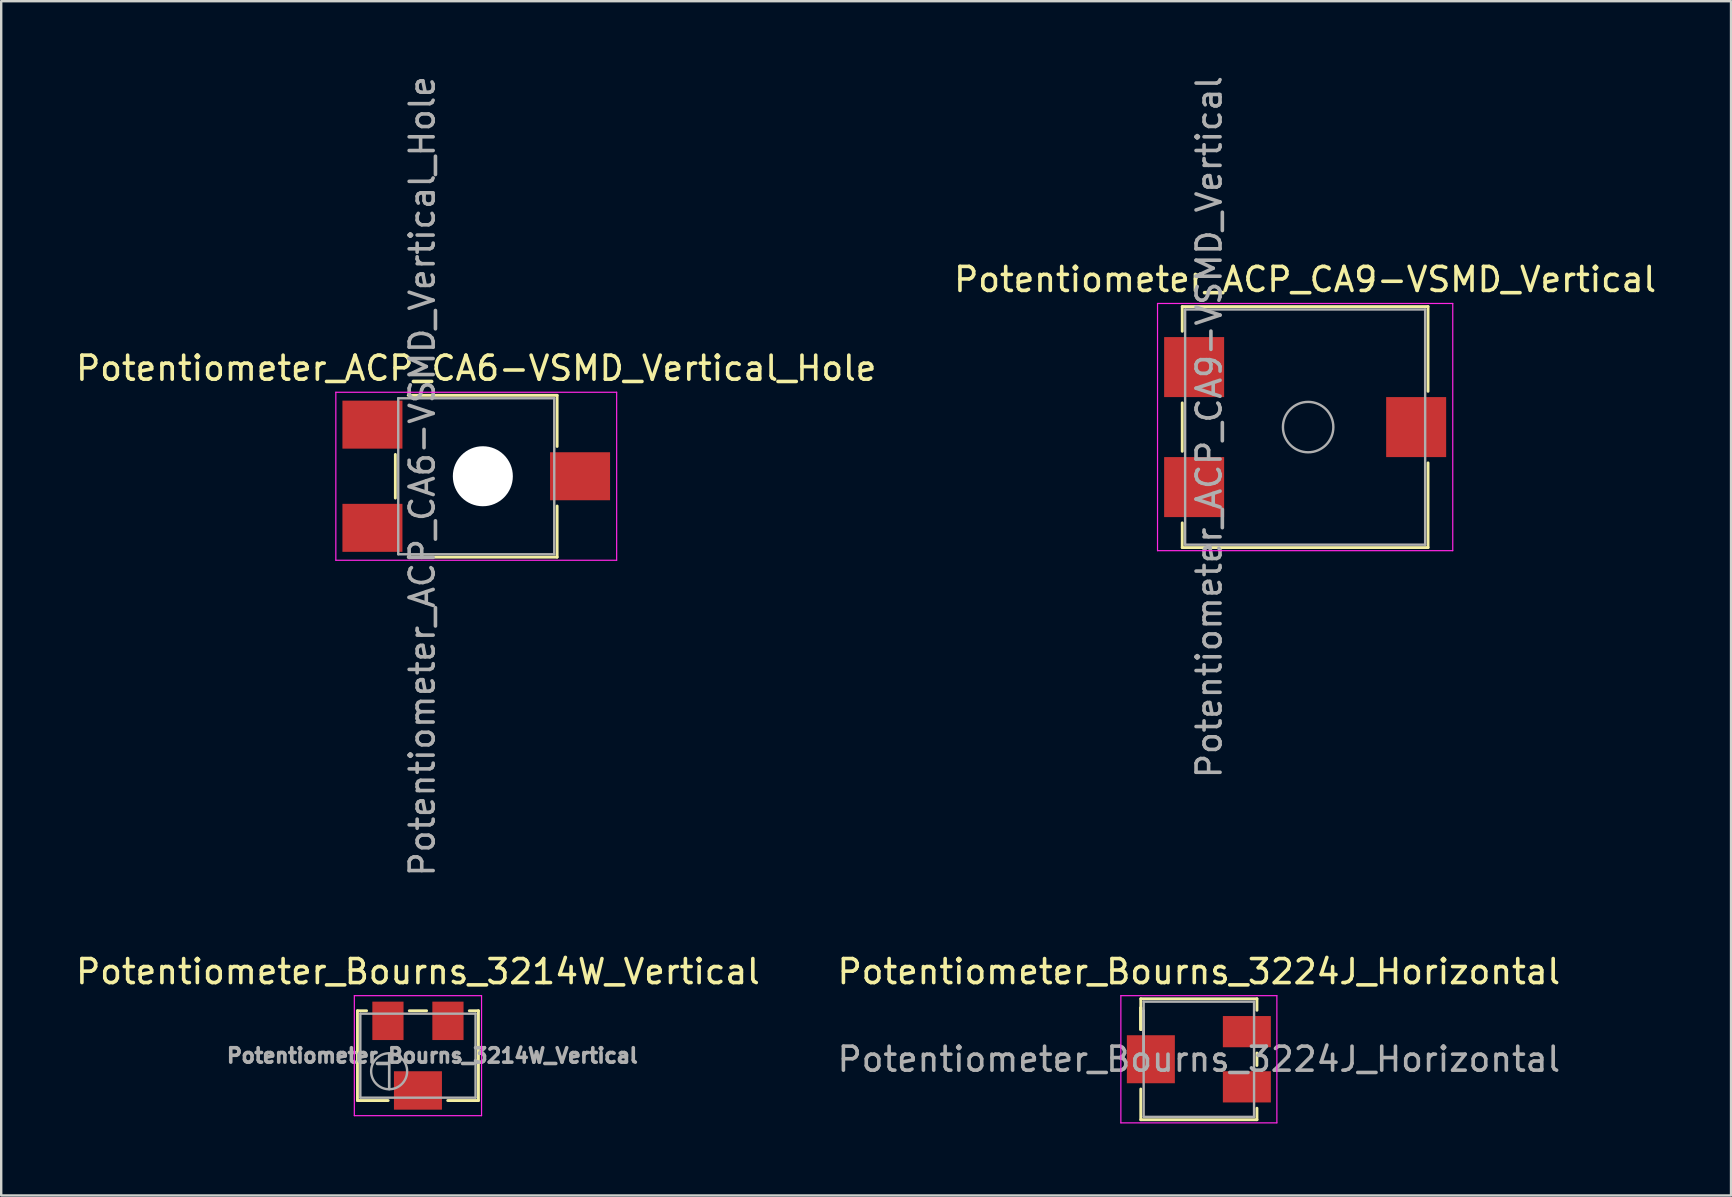
<source format=kicad_pcb>
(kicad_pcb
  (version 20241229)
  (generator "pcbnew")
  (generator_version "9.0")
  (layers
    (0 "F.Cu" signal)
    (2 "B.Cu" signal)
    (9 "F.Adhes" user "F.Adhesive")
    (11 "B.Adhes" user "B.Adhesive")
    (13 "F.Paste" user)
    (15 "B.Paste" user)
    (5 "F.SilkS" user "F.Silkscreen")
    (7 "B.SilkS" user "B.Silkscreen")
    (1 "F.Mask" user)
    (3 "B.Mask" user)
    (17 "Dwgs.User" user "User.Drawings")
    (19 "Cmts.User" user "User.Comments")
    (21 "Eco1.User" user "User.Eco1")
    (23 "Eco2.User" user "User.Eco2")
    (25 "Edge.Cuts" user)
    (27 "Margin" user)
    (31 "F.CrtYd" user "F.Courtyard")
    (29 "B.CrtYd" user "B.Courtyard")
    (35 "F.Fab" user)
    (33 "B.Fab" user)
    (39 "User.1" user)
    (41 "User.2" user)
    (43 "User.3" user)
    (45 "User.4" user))
  (footprint "Potentiometer_ACP_CA6-VSMD_Vertical_Hole"
    (layer "F.Cu")
    (at 16.792 16.792)
    (property "Reference" "Potentiometer_ACP_CA6-VSMD_Vertical_Hole" (at 0 -4.5 0) (layer "F.SilkS") (effects (font (size 1 1) (thickness 0.15))))
    (attr smd)
    (fp_line (start -3.37 -0.909) (end -3.37 0.91) (stroke (width 0.12) (type solid)) (layer "F.SilkS"))
    (fp_line (start -2.834 -3.371) (end 3.37 -3.371) (stroke (width 0.12) (type solid)) (layer "F.SilkS"))
    (fp_line (start -2.834 3.37) (end 3.37 3.37) (stroke (width 0.12) (type solid)) (layer "F.SilkS"))
    (fp_line (start 3.37 -3.371) (end 3.37 -1.24) (stroke (width 0.12) (type solid)) (layer "F.SilkS"))
    (fp_line (start 3.37 1.24) (end 3.37 3.37) (stroke (width 0.12) (type solid)) (layer "F.SilkS"))
    (fp_line (start -5.85 -3.5) (end -5.85 3.5) (stroke (width 0.05) (type solid)) (layer "F.CrtYd"))
    (fp_line (start -5.85 3.5) (end 5.85 3.5) (stroke (width 0.05) (type solid)) (layer "F.CrtYd"))
    (fp_line (start 5.85 -3.5) (end -5.85 -3.5) (stroke (width 0.05) (type solid)) (layer "F.CrtYd"))
    (fp_line (start 5.85 3.5) (end 5.85 -3.5) (stroke (width 0.05) (type solid)) (layer "F.CrtYd"))
    (fp_line (start -3.25 -3.25) (end -3.25 3.25) (stroke (width 0.1) (type solid)) (layer "F.Fab"))
    (fp_line (start -3.25 3.25) (end 3.25 3.25) (stroke (width 0.1) (type solid)) (layer "F.Fab"))
    (fp_line (start 3.25 -3.25) (end -3.25 -3.25) (stroke (width 0.1) (type solid)) (layer "F.Fab"))
    (fp_line (start 3.25 3.25) (end 3.25 -3.25) (stroke (width 0.1) (type solid)) (layer "F.Fab"))
    (fp_text user "${REFERENCE}" (at -2.25 0 90) (layer "F.Fab") (effects (font (size 1 1) (thickness 0.15))))
    (pad "" np_thru_hole circle (at 0.275 0) (size 2.5 2.5) (drill 2.5) (layers "*.Cu" "*.Mask"))
    (pad "1" smd rect (at -4.325 2.15) (size 2.5 2) (layers "F.Cu" "F.Mask" "F.Paste"))
    (pad "2" smd rect (at 4.325 0) (size 2.5 2) (layers "F.Cu" "F.Mask" "F.Paste"))
    (pad "3" smd rect (at -4.325 -2.15) (size 2.5 2) (layers "F.Cu" "F.Mask" "F.Paste")))
  (footprint "Potentiometer_ACP_CA9-VSMD_Vertical"
    (layer "F.Cu")
    (at 51.327 14.744)
    (property "Reference" "Potentiometer_ACP_CA9-VSMD_Vertical" (at 0 -6.15 0) (layer "F.SilkS") (effects (font (size 1 1) (thickness 0.15))))
    (attr smd)
    (fp_line (start -5.12 -5.021) (end -5.12 -3.991) (stroke (width 0.12) (type solid)) (layer "F.SilkS"))
    (fp_line (start -5.12 -5.021) (end 5.12 -5.021) (stroke (width 0.12) (type solid)) (layer "F.SilkS"))
    (fp_line (start -5.12 -1.009) (end -5.12 1.01) (stroke (width 0.12) (type solid)) (layer "F.SilkS"))
    (fp_line (start -5.12 3.99) (end -5.12 5.02) (stroke (width 0.12) (type solid)) (layer "F.SilkS"))
    (fp_line (start -5.12 5.02) (end 5.12 5.02) (stroke (width 0.12) (type solid)) (layer "F.SilkS"))
    (fp_line (start 5.12 -5.021) (end 5.12 -1.49) (stroke (width 0.12) (type solid)) (layer "F.SilkS"))
    (fp_line (start 5.12 1.49) (end 5.12 5.02) (stroke (width 0.12) (type solid)) (layer "F.SilkS"))
    (fp_line (start -6.15 -5.15) (end -6.15 5.15) (stroke (width 0.05) (type solid)) (layer "F.CrtYd"))
    (fp_line (start -6.15 5.15) (end 6.15 5.15) (stroke (width 0.05) (type solid)) (layer "F.CrtYd"))
    (fp_line (start 6.15 -5.15) (end -6.15 -5.15) (stroke (width 0.05) (type solid)) (layer "F.CrtYd"))
    (fp_line (start 6.15 5.15) (end 6.15 -5.15) (stroke (width 0.05) (type solid)) (layer "F.CrtYd"))
    (fp_line (start -5 -4.9) (end -5 4.9) (stroke (width 0.1) (type solid)) (layer "F.Fab"))
    (fp_line (start -5 4.9) (end 5 4.9) (stroke (width 0.1) (type solid)) (layer "F.Fab"))
    (fp_line (start 5 -4.9) (end -5 -4.9) (stroke (width 0.1) (type solid)) (layer "F.Fab"))
    (fp_line (start 5 4.9) (end 5 -4.9) (stroke (width 0.1) (type solid)) (layer "F.Fab"))
    (fp_circle (center 0.125 0) (end 1.175 0) (stroke (width 0.1) (type solid)) (fill no) (layer "F.Fab"))
    (fp_text user "${REFERENCE}" (at -4 0 90) (layer "F.Fab") (effects (font (size 1 1) (thickness 0.15))))
    (pad "1" smd rect (at -4.625 2.5) (size 2.5 2.5) (layers "F.Cu" "F.Mask" "F.Paste"))
    (pad "2" smd rect (at 4.625 0) (size 2.5 2.5) (layers "F.Cu" "F.Mask" "F.Paste"))
    (pad "3" smd rect (at -4.625 -2.5) (size 2.5 2.5) (layers "F.Cu" "F.Mask" "F.Paste")))
  (footprint "Potentiometer_Bourns_3214W_Vertical"
    (layer "F.Cu")
    (at 14.363 40.932)
    (property "Reference" "Potentiometer_Bourns_3214W_Vertical" (at 0 -3.5 0) (layer "F.SilkS") (effects (font (size 1 1) (thickness 0.15))))
    (attr smd)
    (fp_line (start -2.52 -1.87) (end -2.52 1.87) (stroke (width 0.12) (type solid)) (layer "F.SilkS"))
    (fp_line (start -2.52 -1.87) (end -2.14 -1.87) (stroke (width 0.12) (type solid)) (layer "F.SilkS"))
    (fp_line (start -2.52 1.87) (end -1.24 1.87) (stroke (width 0.12) (type solid)) (layer "F.SilkS"))
    (fp_line (start -0.36 -1.87) (end 0.36 -1.87) (stroke (width 0.12) (type solid)) (layer "F.SilkS"))
    (fp_line (start 1.24 1.87) (end 2.52 1.87) (stroke (width 0.12) (type solid)) (layer "F.SilkS"))
    (fp_line (start 2.14 -1.87) (end 2.52 -1.87) (stroke (width 0.12) (type solid)) (layer "F.SilkS"))
    (fp_line (start 2.52 -1.87) (end 2.52 1.87) (stroke (width 0.12) (type solid)) (layer "F.SilkS"))
    (fp_line (start -2.65 -2.5) (end -2.65 2.5) (stroke (width 0.05) (type solid)) (layer "F.CrtYd"))
    (fp_line (start -2.65 2.5) (end 2.65 2.5) (stroke (width 0.05) (type solid)) (layer "F.CrtYd"))
    (fp_line (start 2.65 -2.5) (end -2.65 -2.5) (stroke (width 0.05) (type solid)) (layer "F.CrtYd"))
    (fp_line (start 2.65 2.5) (end 2.65 -2.5) (stroke (width 0.05) (type solid)) (layer "F.CrtYd"))
    (fp_line (start -2.4 -1.75) (end -2.4 1.75) (stroke (width 0.1) (type solid)) (layer "F.Fab"))
    (fp_line (start -2.4 1.75) (end 2.4 1.75) (stroke (width 0.1) (type solid)) (layer "F.Fab"))
    (fp_line (start -1.2 1.393) (end -1.199 -0.092) (stroke (width 0.1) (type solid)) (layer "F.Fab"))
    (fp_line (start -1.2 1.393) (end -1.199 -0.092) (stroke (width 0.1) (type solid)) (layer "F.Fab"))
    (fp_line (start 2.4 -1.75) (end -2.4 -1.75) (stroke (width 0.1) (type solid)) (layer "F.Fab"))
    (fp_line (start 2.4 1.75) (end 2.4 -1.75) (stroke (width 0.1) (type solid)) (layer "F.Fab"))
    (fp_circle (center -1.2 0.65) (end -0.45 0.65) (stroke (width 0.1) (type solid)) (fill no) (layer "F.Fab"))
    (fp_text user "${REFERENCE}" (at 0.6 0 0) (layer "F.Fab") (effects (font (size 0.6 0.6) (thickness 0.15))))
    (pad "1" smd rect (at 1.25 -1.45) (size 1.3 1.6) (layers "F.Cu" "F.Mask" "F.Paste"))
    (pad "2" smd rect (at 0 1.45) (size 2 1.6) (layers "F.Cu" "F.Mask" "F.Paste"))
    (pad "3" smd rect (at -1.25 -1.45) (size 1.3 1.6) (layers "F.Cu" "F.Mask" "F.Paste")))
  (footprint "Potentiometer_Bourns_3224J_Horizontal"
    (layer "F.Cu")
    (at 46.899 41.082)
    (property "Reference" "Potentiometer_Bourns_3224J_Horizontal" (at 0 -3.65 0) (layer "F.SilkS") (effects (font (size 1 1) (thickness 0.15))))
    (attr smd)
    (fp_line (start -2.42 -2.52) (end -2.42 -1.24) (stroke (width 0.12) (type solid)) (layer "F.SilkS"))
    (fp_line (start -2.42 -2.52) (end 2.42 -2.52) (stroke (width 0.12) (type solid)) (layer "F.SilkS"))
    (fp_line (start -2.42 -2.14) (end -2.42 -2.14) (stroke (width 0.12) (type solid)) (layer "F.SilkS"))
    (fp_line (start -2.42 -2.14) (end -2.42 -1.24) (stroke (width 0.12) (type solid)) (layer "F.SilkS"))
    (fp_line (start -2.42 -2.14) (end -2.42 -1.24) (stroke (width 0.12) (type solid)) (layer "F.SilkS"))
    (fp_line (start -2.42 1.24) (end -2.42 2.52) (stroke (width 0.12) (type solid)) (layer "F.SilkS"))
    (fp_line (start -2.42 2.52) (end 2.42 2.52) (stroke (width 0.12) (type solid)) (layer "F.SilkS"))
    (fp_line (start 2.42 -2.52) (end 2.42 -2.04) (stroke (width 0.12) (type solid)) (layer "F.SilkS"))
    (fp_line (start 2.42 -0.26) (end 2.42 0.26) (stroke (width 0.12) (type solid)) (layer "F.SilkS"))
    (fp_line (start 2.42 2.04) (end 2.42 2.52) (stroke (width 0.12) (type solid)) (layer "F.SilkS"))
    (fp_line (start -3.25 -2.65) (end -3.25 2.65) (stroke (width 0.05) (type solid)) (layer "F.CrtYd"))
    (fp_line (start -3.25 2.65) (end 3.25 2.65) (stroke (width 0.05) (type solid)) (layer "F.CrtYd"))
    (fp_line (start 3.25 -2.65) (end -3.25 -2.65) (stroke (width 0.05) (type solid)) (layer "F.CrtYd"))
    (fp_line (start 3.25 2.65) (end 3.25 -2.65) (stroke (width 0.05) (type solid)) (layer "F.CrtYd"))
    (fp_line (start -2.3 -2.4) (end -2.3 2.4) (stroke (width 0.1) (type solid)) (layer "F.Fab"))
    (fp_line (start -2.3 -2.02) (end -2.3 -2.02) (stroke (width 0.1) (type solid)) (layer "F.Fab"))
    (fp_line (start -2.3 -2.02) (end -2.3 -0.24) (stroke (width 0.1) (type solid)) (layer "F.Fab"))
    (fp_line (start -2.3 -1.13) (end -2.3 -1.13) (stroke (width 0.1) (type solid)) (layer "F.Fab"))
    (fp_line (start -2.3 -0.24) (end -2.3 -2.02) (stroke (width 0.1) (type solid)) (layer "F.Fab"))
    (fp_line (start -2.3 -0.24) (end -2.3 -0.24) (stroke (width 0.1) (type solid)) (layer "F.Fab"))
    (fp_line (start -2.3 2.4) (end 2.3 2.4) (stroke (width 0.1) (type solid)) (layer "F.Fab"))
    (fp_line (start 2.3 -2.4) (end -2.3 -2.4) (stroke (width 0.1) (type solid)) (layer "F.Fab"))
    (fp_line (start 2.3 2.4) (end 2.3 -2.4) (stroke (width 0.1) (type solid)) (layer "F.Fab"))
    (fp_text user "${REFERENCE}" (at 0 0 0) (layer "F.Fab") (effects (font (size 1 1) (thickness 0.15))))
    (pad "1" smd rect (at 2 -1.15) (size 2 1.3) (layers "F.Cu" "F.Mask" "F.Paste"))
    (pad "2" smd rect (at -2 0) (size 2 2) (layers "F.Cu" "F.Mask" "F.Paste"))
    (pad "3" smd rect (at 2 1.15) (size 2 1.3) (layers "F.Cu" "F.Mask" "F.Paste")))
  (gr_rect
    (start -3 -3)
    (end 69.071 46.757)
    (stroke (width 0.1) (type default))
    (fill no)
    (layer "Edge.Cuts")))
</source>
